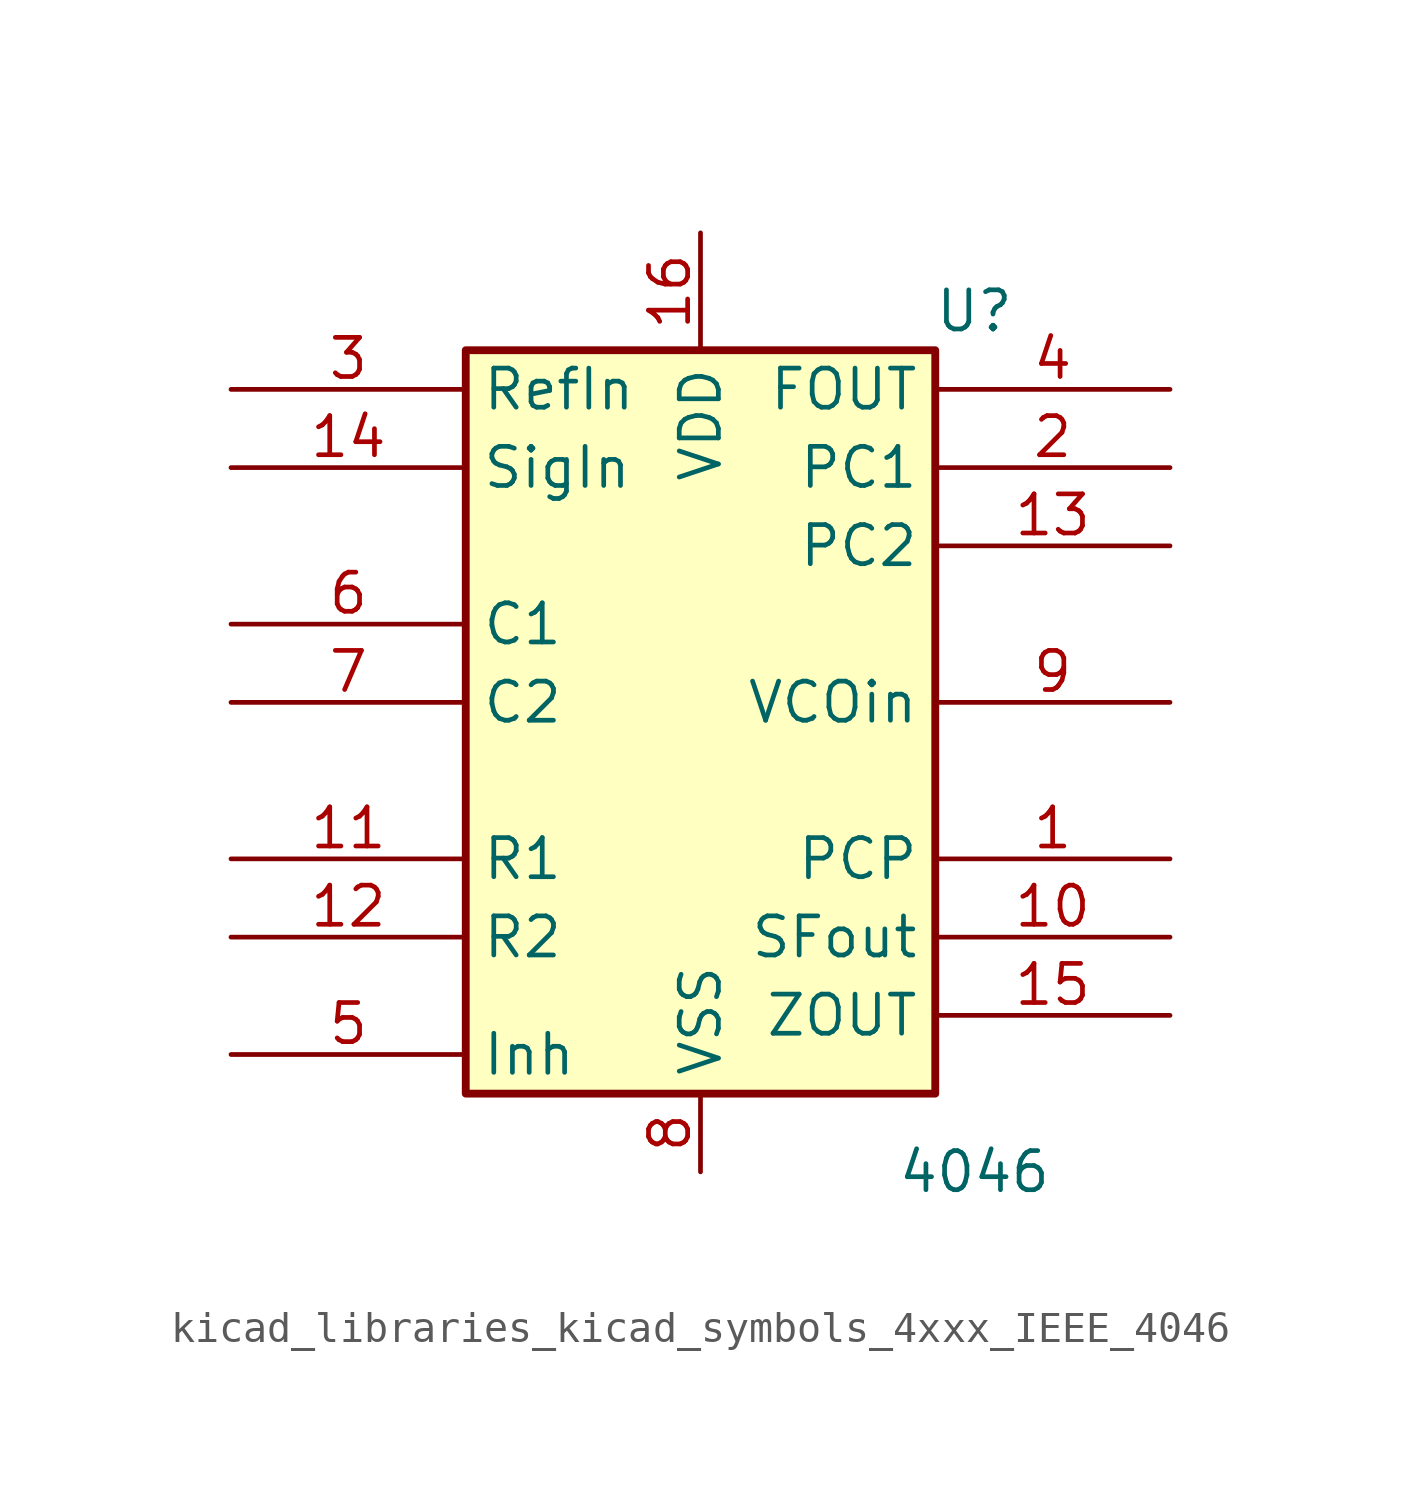
<source format=kicad_sym>
(kicad_symbol_lib
  (version 20220914)
  (generator kicad_symbol_editor)
  (symbol "kicad_libraries_kicad_symbols_4xxx_IEEE_4046"
    (property "Reference" "U"
      (at 8.89 12.7 0)
      (effects (font (size 1.27 1.27))))
    (property "Value" "4046"
      (at 8.89 -15.24 0)
      (effects (font (size 1.27 1.27))))
    (symbol "kicad_libraries_kicad_symbols_4xxx_IEEE_4046_0_1"
      (rectangle (start -7.62 11.43) (end 7.62 -12.7) (stroke (width 0.254) (type default)) (fill (type background)))
      (pin power_in line (at 0 15.24 270) (length 3.81) (name "VDD" (effects (font (size 1.27 1.27)))) (number "16" (effects (font (size 1.27 1.27)))))
      (pin power_in line (at 0 -15.24 90) (length 2.54) (name "VSS" (effects (font (size 1.27 1.27)))) (number "8" (effects (font (size 1.27 1.27))))))
    (symbol "kicad_libraries_kicad_symbols_4xxx_IEEE_4046_1_1"
      (pin output line (at 15.24 -5.08 180) (length 7.62) (name "PCP" (effects (font (size 1.27 1.27)))) (number "1" (effects (font (size 1.27 1.27)))))
      (pin output line (at 15.24 -7.62 180) (length 7.62) (name "SFout" (effects (font (size 1.27 1.27)))) (number "10" (effects (font (size 1.27 1.27)))))
      (pin input line (at -15.24 -5.08 0) (length 7.62) (name "R1" (effects (font (size 1.27 1.27)))) (number "11" (effects (font (size 1.27 1.27)))))
      (pin input line (at -15.24 -7.62 0) (length 7.62) (name "R2" (effects (font (size 1.27 1.27)))) (number "12" (effects (font (size 1.27 1.27)))))
      (pin tri_state line (at 15.24 5.08 180) (length 7.62) (name "PC2" (effects (font (size 1.27 1.27)))) (number "13" (effects (font (size 1.27 1.27)))))
      (pin input line (at -15.24 7.62 0) (length 7.62) (name "SigIn" (effects (font (size 1.27 1.27)))) (number "14" (effects (font (size 1.27 1.27)))))
      (pin output line (at 15.24 -10.16 180) (length 7.62) (name "ZOUT" (effects (font (size 1.27 1.27)))) (number "15" (effects (font (size 1.27 1.27)))))
      (pin output line (at 15.24 7.62 180) (length 7.62) (name "PC1" (effects (font (size 1.27 1.27)))) (number "2" (effects (font (size 1.27 1.27)))))
      (pin input line (at -15.24 10.16 0) (length 7.62) (name "RefIn" (effects (font (size 1.27 1.27)))) (number "3" (effects (font (size 1.27 1.27)))))
      (pin output line (at 15.24 10.16 180) (length 7.62) (name "FOUT" (effects (font (size 1.27 1.27)))) (number "4" (effects (font (size 1.27 1.27)))))
      (pin input line (at -15.24 -11.43 0) (length 7.62) (name "Inh" (effects (font (size 1.27 1.27)))) (number "5" (effects (font (size 1.27 1.27)))))
      (pin input line (at -15.24 2.54 0) (length 7.62) (name "C1" (effects (font (size 1.27 1.27)))) (number "6" (effects (font (size 1.27 1.27)))))
      (pin input line (at -15.24 0 0) (length 7.62) (name "C2" (effects (font (size 1.27 1.27)))) (number "7" (effects (font (size 1.27 1.27)))))
      (pin input line (at 15.24 0 180) (length 7.62) (name "VCOin" (effects (font (size 1.27 1.27)))) (number "9" (effects (font (size 1.27 1.27))))))))
</source>
